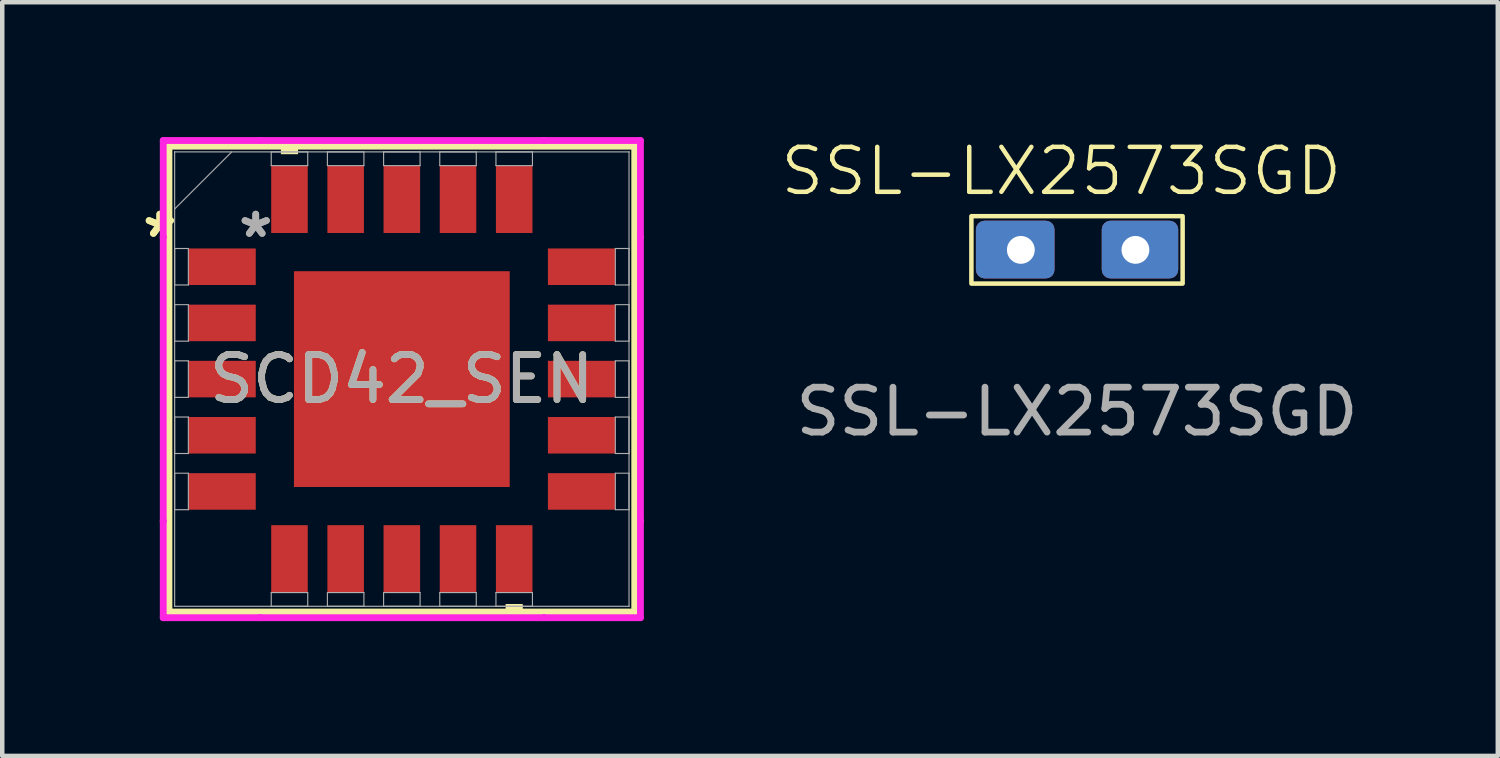
<source format=kicad_pcb>
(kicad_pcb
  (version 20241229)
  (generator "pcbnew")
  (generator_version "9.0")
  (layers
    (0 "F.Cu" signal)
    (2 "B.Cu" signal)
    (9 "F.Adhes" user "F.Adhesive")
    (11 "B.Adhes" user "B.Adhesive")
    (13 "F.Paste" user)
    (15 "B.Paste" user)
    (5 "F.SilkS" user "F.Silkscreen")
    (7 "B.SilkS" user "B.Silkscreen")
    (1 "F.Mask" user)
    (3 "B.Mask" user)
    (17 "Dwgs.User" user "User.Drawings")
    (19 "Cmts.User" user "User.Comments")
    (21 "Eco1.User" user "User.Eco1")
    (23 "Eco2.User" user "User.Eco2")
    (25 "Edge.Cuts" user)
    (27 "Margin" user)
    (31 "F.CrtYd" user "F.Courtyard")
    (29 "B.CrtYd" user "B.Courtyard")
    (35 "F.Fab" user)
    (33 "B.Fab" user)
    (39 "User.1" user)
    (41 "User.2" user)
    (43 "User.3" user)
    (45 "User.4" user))
  (footprint "SCD42_SEN"
    (layer "F.Cu")
    (at 5.891 5.385)
    (property "Reference" "SCD42_SEN" (at 0 0 0) (unlocked yes) (layer "F.SilkS") (effects (font (size 1 1) (thickness 0.15))))
    (attr smd)
    (fp_line (start -5.182 -5.182) (end -5.182 5.182) (stroke (width 0.152) (type solid)) (layer "F.SilkS"))
    (fp_line (start -5.182 5.182) (end 5.182 5.182) (stroke (width 0.152) (type solid)) (layer "F.SilkS"))
    (fp_line (start 5.182 -5.182) (end -5.182 -5.182) (stroke (width 0.152) (type solid)) (layer "F.SilkS"))
    (fp_line (start 5.182 5.182) (end 5.182 -5.182) (stroke (width 0.152) (type solid)) (layer "F.SilkS"))
    (fp_poly (pts (xy -2.691 -5.004) (xy -2.691 -5.258) (xy -2.309 -5.258) (xy -2.309 -5.004)) (stroke (width 0) (type solid)) (fill yes) (layer "F.SilkS"))
    (fp_poly (pts (xy 2.309 5.004) (xy 2.309 5.258) (xy 2.691 5.258) (xy 2.691 5.004)) (stroke (width 0) (type solid)) (fill yes) (layer "F.SilkS"))
    (fp_poly (pts (xy -2.3 -2.3) (xy -2.3 -0.9) (xy -0.9 -0.9) (xy -0.9 -2.3)) (stroke (width 0) (type solid)) (fill yes) (layer "F.Paste"))
    (fp_poly (pts (xy -2.3 -0.7) (xy -2.3 0.7) (xy -0.9 0.7) (xy -0.9 -0.7)) (stroke (width 0) (type solid)) (fill yes) (layer "F.Paste"))
    (fp_poly (pts (xy -2.3 0.9) (xy -2.3 2.3) (xy -0.9 2.3) (xy -0.9 0.9)) (stroke (width 0) (type solid)) (fill yes) (layer "F.Paste"))
    (fp_poly (pts (xy -0.7 -2.3) (xy -0.7 -0.9) (xy 0.7 -0.9) (xy 0.7 -2.3)) (stroke (width 0) (type solid)) (fill yes) (layer "F.Paste"))
    (fp_poly (pts (xy -0.7 -0.7) (xy -0.7 0.7) (xy 0.7 0.7) (xy 0.7 -0.7)) (stroke (width 0) (type solid)) (fill yes) (layer "F.Paste"))
    (fp_poly (pts (xy -0.7 0.9) (xy -0.7 2.3) (xy 0.7 2.3) (xy 0.7 0.9)) (stroke (width 0) (type solid)) (fill yes) (layer "F.Paste"))
    (fp_poly (pts (xy 0.9 -2.3) (xy 0.9 -0.9) (xy 2.3 -0.9) (xy 2.3 -2.3)) (stroke (width 0) (type solid)) (fill yes) (layer "F.Paste"))
    (fp_poly (pts (xy 0.9 -0.7) (xy 0.9 0.7) (xy 2.3 0.7) (xy 2.3 -0.7)) (stroke (width 0) (type solid)) (fill yes) (layer "F.Paste"))
    (fp_poly (pts (xy 0.9 0.9) (xy 0.9 2.3) (xy 2.3 2.3) (xy 2.3 0.9)) (stroke (width 0) (type solid)) (fill yes) (layer "F.Paste"))
    (fp_line (start -5.309 -5.309) (end -3.16 -5.309) (stroke (width 0.152) (type solid)) (layer "F.CrtYd"))
    (fp_line (start -5.309 -3.16) (end -5.309 -5.309) (stroke (width 0.152) (type solid)) (layer "F.CrtYd"))
    (fp_line (start -5.309 -3.16) (end -5.309 -3.16) (stroke (width 0.152) (type solid)) (layer "F.CrtYd"))
    (fp_line (start -5.309 3.16) (end -5.309 -3.16) (stroke (width 0.152) (type solid)) (layer "F.CrtYd"))
    (fp_line (start -5.309 3.16) (end -5.309 3.16) (stroke (width 0.152) (type solid)) (layer "F.CrtYd"))
    (fp_line (start -5.309 5.309) (end -5.309 3.16) (stroke (width 0.152) (type solid)) (layer "F.CrtYd"))
    (fp_line (start -3.16 -5.309) (end -3.16 -5.309) (stroke (width 0.152) (type solid)) (layer "F.CrtYd"))
    (fp_line (start -3.16 -5.309) (end 3.16 -5.309) (stroke (width 0.152) (type solid)) (layer "F.CrtYd"))
    (fp_line (start -3.16 5.309) (end -5.309 5.309) (stroke (width 0.152) (type solid)) (layer "F.CrtYd"))
    (fp_line (start -3.16 5.309) (end -3.16 5.309) (stroke (width 0.152) (type solid)) (layer "F.CrtYd"))
    (fp_line (start 3.16 -5.309) (end 3.16 -5.309) (stroke (width 0.152) (type solid)) (layer "F.CrtYd"))
    (fp_line (start 3.16 -5.309) (end 5.309 -5.309) (stroke (width 0.152) (type solid)) (layer "F.CrtYd"))
    (fp_line (start 3.16 5.309) (end -3.16 5.309) (stroke (width 0.152) (type solid)) (layer "F.CrtYd"))
    (fp_line (start 3.16 5.309) (end 3.16 5.309) (stroke (width 0.152) (type solid)) (layer "F.CrtYd"))
    (fp_line (start 5.309 -5.309) (end 5.309 -3.16) (stroke (width 0.152) (type solid)) (layer "F.CrtYd"))
    (fp_line (start 5.309 -3.16) (end 5.309 -3.16) (stroke (width 0.152) (type solid)) (layer "F.CrtYd"))
    (fp_line (start 5.309 -3.16) (end 5.309 3.16) (stroke (width 0.152) (type solid)) (layer "F.CrtYd"))
    (fp_line (start 5.309 3.16) (end 5.309 3.16) (stroke (width 0.152) (type solid)) (layer "F.CrtYd"))
    (fp_line (start 5.309 3.16) (end 5.309 5.309) (stroke (width 0.152) (type solid)) (layer "F.CrtYd"))
    (fp_line (start 5.309 5.309) (end 3.16 5.309) (stroke (width 0.152) (type solid)) (layer "F.CrtYd"))
    (fp_line (start -5.055 -5.055) (end -5.055 -5.055) (stroke (width 0.025) (type solid)) (layer "F.Fab"))
    (fp_line (start -5.055 -5.055) (end -5.055 5.055) (stroke (width 0.025) (type solid)) (layer "F.Fab"))
    (fp_line (start -5.055 -3.785) (end -3.785 -5.055) (stroke (width 0.025) (type solid)) (layer "F.Fab"))
    (fp_line (start -5.055 -2.906) (end -4.75 -2.906) (stroke (width 0.025) (type solid)) (layer "F.Fab"))
    (fp_line (start -5.055 -2.094) (end -5.055 -2.906) (stroke (width 0.025) (type solid)) (layer "F.Fab"))
    (fp_line (start -5.055 -1.656) (end -4.75 -1.656) (stroke (width 0.025) (type solid)) (layer "F.Fab"))
    (fp_line (start -5.055 -0.844) (end -5.055 -1.656) (stroke (width 0.025) (type solid)) (layer "F.Fab"))
    (fp_line (start -5.055 -0.406) (end -4.75 -0.406) (stroke (width 0.025) (type solid)) (layer "F.Fab"))
    (fp_line (start -5.055 0.406) (end -5.055 -0.406) (stroke (width 0.025) (type solid)) (layer "F.Fab"))
    (fp_line (start -5.055 0.844) (end -4.75 0.844) (stroke (width 0.025) (type solid)) (layer "F.Fab"))
    (fp_line (start -5.055 1.656) (end -5.055 0.844) (stroke (width 0.025) (type solid)) (layer "F.Fab"))
    (fp_line (start -5.055 2.094) (end -4.75 2.094) (stroke (width 0.025) (type solid)) (layer "F.Fab"))
    (fp_line (start -5.055 2.906) (end -5.055 2.094) (stroke (width 0.025) (type solid)) (layer "F.Fab"))
    (fp_line (start -5.055 5.055) (end -5.055 5.055) (stroke (width 0.025) (type solid)) (layer "F.Fab"))
    (fp_line (start -5.055 5.055) (end 5.055 5.055) (stroke (width 0.025) (type solid)) (layer "F.Fab"))
    (fp_line (start -4.75 -2.906) (end -4.75 -2.094) (stroke (width 0.025) (type solid)) (layer "F.Fab"))
    (fp_line (start -4.75 -2.094) (end -5.055 -2.094) (stroke (width 0.025) (type solid)) (layer "F.Fab"))
    (fp_line (start -4.75 -1.656) (end -4.75 -0.844) (stroke (width 0.025) (type solid)) (layer "F.Fab"))
    (fp_line (start -4.75 -0.844) (end -5.055 -0.844) (stroke (width 0.025) (type solid)) (layer "F.Fab"))
    (fp_line (start -4.75 -0.406) (end -4.75 0.406) (stroke (width 0.025) (type solid)) (layer "F.Fab"))
    (fp_line (start -4.75 0.406) (end -5.055 0.406) (stroke (width 0.025) (type solid)) (layer "F.Fab"))
    (fp_line (start -4.75 0.844) (end -4.75 1.656) (stroke (width 0.025) (type solid)) (layer "F.Fab"))
    (fp_line (start -4.75 1.656) (end -5.055 1.656) (stroke (width 0.025) (type solid)) (layer "F.Fab"))
    (fp_line (start -4.75 2.094) (end -4.75 2.906) (stroke (width 0.025) (type solid)) (layer "F.Fab"))
    (fp_line (start -4.75 2.906) (end -5.055 2.906) (stroke (width 0.025) (type solid)) (layer "F.Fab"))
    (fp_line (start -2.906 -5.055) (end -2.094 -5.055) (stroke (width 0.025) (type solid)) (layer "F.Fab"))
    (fp_line (start -2.906 -4.75) (end -2.906 -5.055) (stroke (width 0.025) (type solid)) (layer "F.Fab"))
    (fp_line (start -2.906 4.75) (end -2.094 4.75) (stroke (width 0.025) (type solid)) (layer "F.Fab"))
    (fp_line (start -2.906 5.055) (end -2.906 4.75) (stroke (width 0.025) (type solid)) (layer "F.Fab"))
    (fp_line (start -2.094 -5.055) (end -2.094 -4.75) (stroke (width 0.025) (type solid)) (layer "F.Fab"))
    (fp_line (start -2.094 -4.75) (end -2.906 -4.75) (stroke (width 0.025) (type solid)) (layer "F.Fab"))
    (fp_line (start -2.094 4.75) (end -2.094 5.055) (stroke (width 0.025) (type solid)) (layer "F.Fab"))
    (fp_line (start -2.094 5.055) (end -2.906 5.055) (stroke (width 0.025) (type solid)) (layer "F.Fab"))
    (fp_line (start -1.656 -5.055) (end -0.844 -5.055) (stroke (width 0.025) (type solid)) (layer "F.Fab"))
    (fp_line (start -1.656 -4.75) (end -1.656 -5.055) (stroke (width 0.025) (type solid)) (layer "F.Fab"))
    (fp_line (start -1.656 4.75) (end -0.844 4.75) (stroke (width 0.025) (type solid)) (layer "F.Fab"))
    (fp_line (start -1.656 5.055) (end -1.656 4.75) (stroke (width 0.025) (type solid)) (layer "F.Fab"))
    (fp_line (start -0.844 -5.055) (end -0.844 -4.75) (stroke (width 0.025) (type solid)) (layer "F.Fab"))
    (fp_line (start -0.844 -4.75) (end -1.656 -4.75) (stroke (width 0.025) (type solid)) (layer "F.Fab"))
    (fp_line (start -0.844 4.75) (end -0.844 5.055) (stroke (width 0.025) (type solid)) (layer "F.Fab"))
    (fp_line (start -0.844 5.055) (end -1.656 5.055) (stroke (width 0.025) (type solid)) (layer "F.Fab"))
    (fp_line (start -0.406 -5.055) (end 0.406 -5.055) (stroke (width 0.025) (type solid)) (layer "F.Fab"))
    (fp_line (start -0.406 -4.75) (end -0.406 -5.055) (stroke (width 0.025) (type solid)) (layer "F.Fab"))
    (fp_line (start -0.406 4.75) (end 0.406 4.75) (stroke (width 0.025) (type solid)) (layer "F.Fab"))
    (fp_line (start -0.406 5.055) (end -0.406 4.75) (stroke (width 0.025) (type solid)) (layer "F.Fab"))
    (fp_line (start 0.406 -5.055) (end 0.406 -4.75) (stroke (width 0.025) (type solid)) (layer "F.Fab"))
    (fp_line (start 0.406 -4.75) (end -0.406 -4.75) (stroke (width 0.025) (type solid)) (layer "F.Fab"))
    (fp_line (start 0.406 4.75) (end 0.406 5.055) (stroke (width 0.025) (type solid)) (layer "F.Fab"))
    (fp_line (start 0.406 5.055) (end -0.406 5.055) (stroke (width 0.025) (type solid)) (layer "F.Fab"))
    (fp_line (start 0.844 -5.055) (end 1.656 -5.055) (stroke (width 0.025) (type solid)) (layer "F.Fab"))
    (fp_line (start 0.844 -4.75) (end 0.844 -5.055) (stroke (width 0.025) (type solid)) (layer "F.Fab"))
    (fp_line (start 0.844 4.75) (end 1.656 4.75) (stroke (width 0.025) (type solid)) (layer "F.Fab"))
    (fp_line (start 0.844 5.055) (end 0.844 4.75) (stroke (width 0.025) (type solid)) (layer "F.Fab"))
    (fp_line (start 1.656 -5.055) (end 1.656 -4.75) (stroke (width 0.025) (type solid)) (layer "F.Fab"))
    (fp_line (start 1.656 -4.75) (end 0.844 -4.75) (stroke (width 0.025) (type solid)) (layer "F.Fab"))
    (fp_line (start 1.656 4.75) (end 1.656 5.055) (stroke (width 0.025) (type solid)) (layer "F.Fab"))
    (fp_line (start 1.656 5.055) (end 0.844 5.055) (stroke (width 0.025) (type solid)) (layer "F.Fab"))
    (fp_line (start 2.094 -5.055) (end 2.906 -5.055) (stroke (width 0.025) (type solid)) (layer "F.Fab"))
    (fp_line (start 2.094 -4.75) (end 2.094 -5.055) (stroke (width 0.025) (type solid)) (layer "F.Fab"))
    (fp_line (start 2.094 4.75) (end 2.906 4.75) (stroke (width 0.025) (type solid)) (layer "F.Fab"))
    (fp_line (start 2.094 5.055) (end 2.094 4.75) (stroke (width 0.025) (type solid)) (layer "F.Fab"))
    (fp_line (start 2.906 -5.055) (end 2.906 -4.75) (stroke (width 0.025) (type solid)) (layer "F.Fab"))
    (fp_line (start 2.906 -4.75) (end 2.094 -4.75) (stroke (width 0.025) (type solid)) (layer "F.Fab"))
    (fp_line (start 2.906 4.75) (end 2.906 5.055) (stroke (width 0.025) (type solid)) (layer "F.Fab"))
    (fp_line (start 2.906 5.055) (end 2.094 5.055) (stroke (width 0.025) (type solid)) (layer "F.Fab"))
    (fp_line (start 4.75 -2.906) (end 5.055 -2.906) (stroke (width 0.025) (type solid)) (layer "F.Fab"))
    (fp_line (start 4.75 -2.094) (end 4.75 -2.906) (stroke (width 0.025) (type solid)) (layer "F.Fab"))
    (fp_line (start 4.75 -1.656) (end 5.055 -1.656) (stroke (width 0.025) (type solid)) (layer "F.Fab"))
    (fp_line (start 4.75 -0.844) (end 4.75 -1.656) (stroke (width 0.025) (type solid)) (layer "F.Fab"))
    (fp_line (start 4.75 -0.406) (end 5.055 -0.406) (stroke (width 0.025) (type solid)) (layer "F.Fab"))
    (fp_line (start 4.75 0.406) (end 4.75 -0.406) (stroke (width 0.025) (type solid)) (layer "F.Fab"))
    (fp_line (start 4.75 0.844) (end 5.055 0.844) (stroke (width 0.025) (type solid)) (layer "F.Fab"))
    (fp_line (start 4.75 1.656) (end 4.75 0.844) (stroke (width 0.025) (type solid)) (layer "F.Fab"))
    (fp_line (start 4.75 2.094) (end 5.055 2.094) (stroke (width 0.025) (type solid)) (layer "F.Fab"))
    (fp_line (start 4.75 2.906) (end 4.75 2.094) (stroke (width 0.025) (type solid)) (layer "F.Fab"))
    (fp_line (start 5.055 -5.055) (end -5.055 -5.055) (stroke (width 0.025) (type solid)) (layer "F.Fab"))
    (fp_line (start 5.055 -5.055) (end 5.055 -5.055) (stroke (width 0.025) (type solid)) (layer "F.Fab"))
    (fp_line (start 5.055 -2.906) (end 5.055 -2.094) (stroke (width 0.025) (type solid)) (layer "F.Fab"))
    (fp_line (start 5.055 -2.094) (end 4.75 -2.094) (stroke (width 0.025) (type solid)) (layer "F.Fab"))
    (fp_line (start 5.055 -1.656) (end 5.055 -0.844) (stroke (width 0.025) (type solid)) (layer "F.Fab"))
    (fp_line (start 5.055 -0.844) (end 4.75 -0.844) (stroke (width 0.025) (type solid)) (layer "F.Fab"))
    (fp_line (start 5.055 -0.406) (end 5.055 0.406) (stroke (width 0.025) (type solid)) (layer "F.Fab"))
    (fp_line (start 5.055 0.406) (end 4.75 0.406) (stroke (width 0.025) (type solid)) (layer "F.Fab"))
    (fp_line (start 5.055 0.844) (end 5.055 1.656) (stroke (width 0.025) (type solid)) (layer "F.Fab"))
    (fp_line (start 5.055 1.656) (end 4.75 1.656) (stroke (width 0.025) (type solid)) (layer "F.Fab"))
    (fp_line (start 5.055 2.094) (end 5.055 2.906) (stroke (width 0.025) (type solid)) (layer "F.Fab"))
    (fp_line (start 5.055 2.906) (end 4.75 2.906) (stroke (width 0.025) (type solid)) (layer "F.Fab"))
    (fp_line (start 5.055 5.055) (end 5.055 -5.055) (stroke (width 0.025) (type solid)) (layer "F.Fab"))
    (fp_line (start 5.055 5.055) (end 5.055 5.055) (stroke (width 0.025) (type solid)) (layer "F.Fab"))
    (fp_text user "*" (at -5.385 -3.125 0) (unlocked yes) (layer "F.SilkS") (effects (font (size 1 1) (thickness 0.15))))
    (fp_text user "*" (at -5.385 -3.125 0) (layer "F.SilkS") (effects (font (size 1 1) (thickness 0.15))))
    (fp_text user "*" (at -3.251 -3.125 0) (unlocked yes) (layer "F.Fab") (effects (font (size 1 1) (thickness 0.15))))
    (fp_text user "*" (at -3.251 -3.125 0) (layer "F.Fab") (effects (font (size 1 1) (thickness 0.15))))
    (fp_text user "${REFERENCE}" (at 0 0 0) (unlocked yes) (layer "F.Fab") (effects (font (size 1 1) (thickness 0.15))))
    (pad "1" smd rect (at -4 -2.5 90) (size 0.813 1.499) (layers "F.Cu" "F.Mask" "F.Paste"))
    (pad "2" smd rect (at -4 -1.25 90) (size 0.813 1.499) (layers "F.Cu" "F.Mask" "F.Paste"))
    (pad "3" smd rect (at -4 0 90) (size 0.813 1.499) (layers "F.Cu" "F.Mask" "F.Paste"))
    (pad "4" smd rect (at -4 1.25 90) (size 0.813 1.499) (layers "F.Cu" "F.Mask" "F.Paste"))
    (pad "5" smd rect (at -4 2.5 90) (size 0.813 1.499) (layers "F.Cu" "F.Mask" "F.Paste"))
    (pad "6" smd rect (at -2.5 4) (size 0.813 1.499) (layers "F.Cu" "F.Mask" "F.Paste"))
    (pad "7" smd rect (at -1.25 4) (size 0.813 1.499) (layers "F.Cu" "F.Mask" "F.Paste"))
    (pad "8" smd rect (at 0 4) (size 0.813 1.499) (layers "F.Cu" "F.Mask" "F.Paste"))
    (pad "9" smd rect (at 1.25 4) (size 0.813 1.499) (layers "F.Cu" "F.Mask" "F.Paste"))
    (pad "10" smd rect (at 2.5 4) (size 0.813 1.499) (layers "F.Cu" "F.Mask" "F.Paste"))
    (pad "11" smd rect (at 4 2.5 90) (size 0.813 1.499) (layers "F.Cu" "F.Mask" "F.Paste"))
    (pad "12" smd rect (at 4 1.25 90) (size 0.813 1.499) (layers "F.Cu" "F.Mask" "F.Paste"))
    (pad "13" smd rect (at 4 0 90) (size 0.813 1.499) (layers "F.Cu" "F.Mask" "F.Paste"))
    (pad "14" smd rect (at 4 -1.25 90) (size 0.813 1.499) (layers "F.Cu" "F.Mask" "F.Paste"))
    (pad "15" smd rect (at 4 -2.5 90) (size 0.813 1.499) (layers "F.Cu" "F.Mask" "F.Paste"))
    (pad "16" smd rect (at 2.5 -4) (size 0.813 1.499) (layers "F.Cu" "F.Mask" "F.Paste"))
    (pad "17" smd rect (at 1.25 -4) (size 0.813 1.499) (layers "F.Cu" "F.Mask" "F.Paste"))
    (pad "18" smd rect (at 0 -4) (size 0.813 1.499) (layers "F.Cu" "F.Mask" "F.Paste"))
    (pad "19" smd rect (at -1.25 -4) (size 0.813 1.499) (layers "F.Cu" "F.Mask" "F.Paste"))
    (pad "20" smd rect (at -2.5 -4) (size 0.813 1.499) (layers "F.Cu" "F.Mask" "F.Paste"))
    (pad "21" smd rect (at 0 0) (size 4.801 4.801) (layers "F.Cu" "F.Mask" "F.Paste")))
  (footprint "SSL-LX2573SGD"
    (layer "F.Cu")
    (at 20.914 2.16)
    (property "Reference" "SSL-LX2573SGD" (at -0.35 -1.4 0) (unlocked yes) (layer "F.SilkS") (effects (font (size 1 1) (thickness 0.1))))
    (attr smd)
    (fp_rect (start -2.35 -0.4) (end 2.35 1.1) (stroke (width 0.1) (type default)) (fill no) (layer "F.SilkS"))
    (fp_text user "${REFERENCE}" (at 0 3.95 0) (unlocked yes) (layer "F.Fab") (effects (font (size 1 1) (thickness 0.15))))
    (pad "1" thru_hole roundrect (at -1.25 0.35) (size 1.75 1.285) (drill 0.62 (offset -0.125 -0.007)) (layers "*.Cu" "*.Mask") (roundrect_rratio 0.15))
    (pad "2" thru_hole roundrect (at 1.3 0.35) (size 1.702 1.285) (drill 0.62 (offset 0.101 -0.007)) (layers "*.Cu" "*.Mask") (roundrect_rratio 0.15)))
  (gr_rect
    (start -3 -3)
    (end 30.277 13.77)
    (stroke (width 0.1) (type default))
    (fill no)
    (layer "Edge.Cuts")))
</source>
